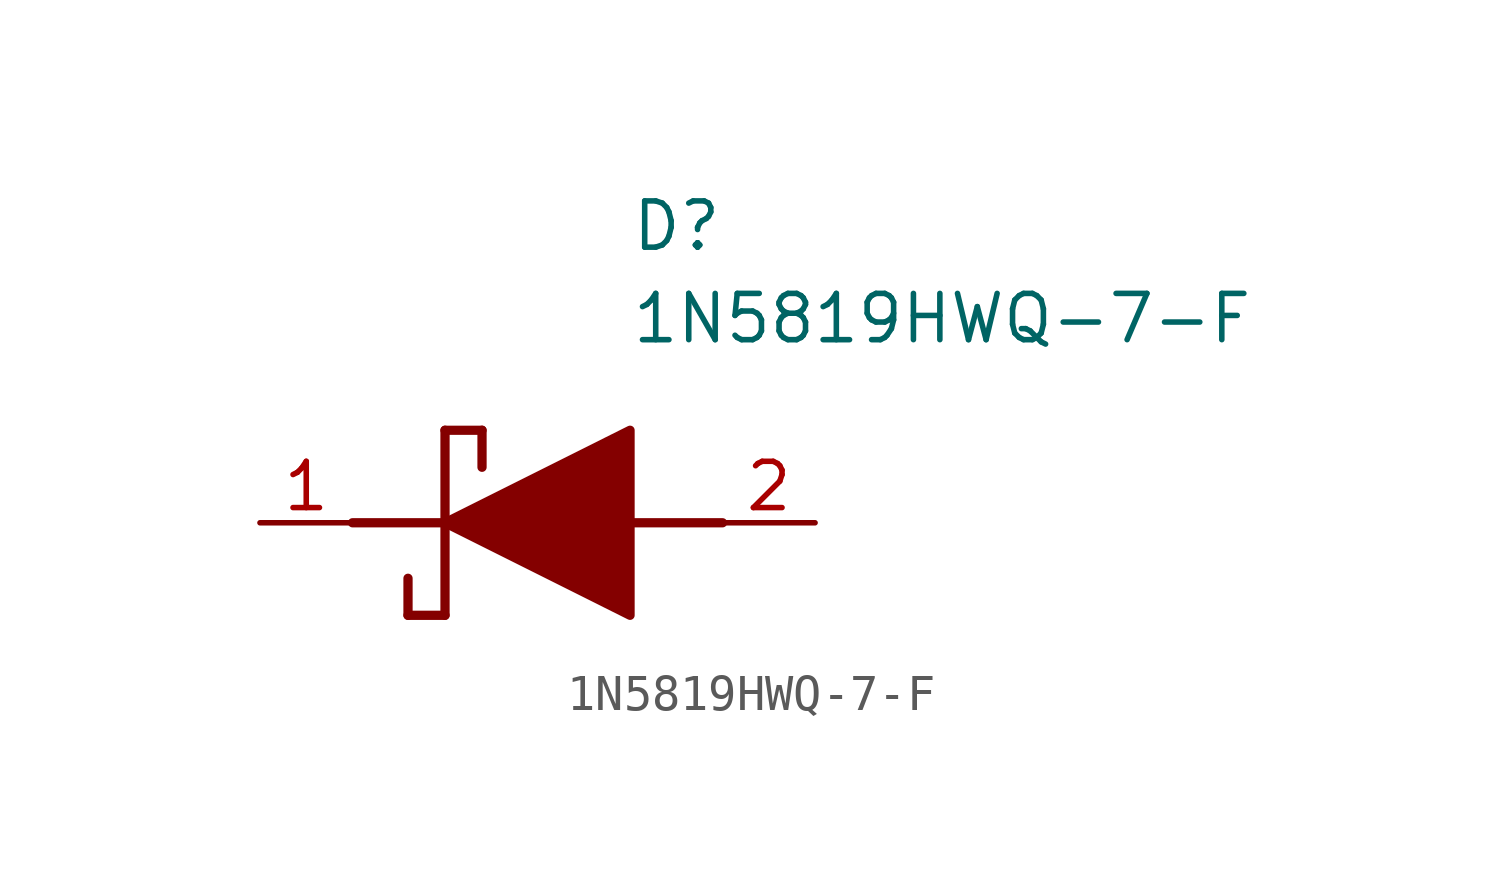
<source format=kicad_sym>
(kicad_symbol_lib
  (version 20211014)
  (generator SamacSys_ECAD_Model)
  (symbol "1N5819HWQ-7-F"
    (pin_names hide)
    (property "Reference" "D"
      (at 12.7 8.89 0)
      (effects (font (size 1.27 1.27)) (justify left top)))
    (property "Value" "1N5819HWQ-7-F"
      (at 12.7 6.35 0)
      (effects (font (size 1.27 1.27)) (justify left top)))
    (polyline
      (pts (xy 7.62 2.54) (xy 7.62 -2.54))
      (stroke (width 0.254) (type default))
      (fill (type none)))
    (polyline
      (pts (xy 7.62 2.54) (xy 8.636 2.54))
      (stroke (width 0.254) (type default))
      (fill (type none)))
    (polyline
      (pts (xy 8.636 1.524) (xy 8.636 2.54))
      (stroke (width 0.254) (type default))
      (fill (type none)))
    (polyline
      (pts (xy 7.62 -2.54) (xy 6.604 -2.54))
      (stroke (width 0.254) (type default))
      (fill (type none)))
    (polyline
      (pts (xy 6.604 -1.524) (xy 6.604 -2.54))
      (stroke (width 0.254) (type default))
      (fill (type none)))
    (polyline
      (pts (xy 5.08 0) (xy 7.62 0))
      (stroke (width 0.254) (type default))
      (fill (type none)))
    (polyline
      (pts (xy 12.7 0) (xy 15.24 0))
      (stroke (width 0.254) (type default))
      (fill (type none)))
    (polyline
      (pts (xy 7.62 0) (xy 12.7 2.54) (xy 12.7 -2.54) (xy 7.62 0))
      (stroke (width 0.254) (type default))
      (fill (type outline)))
    (pin passive line
      (at 2.54 0 0)
      (length 2.54)
      (name "K" (effects (font (size 1.27 1.27))))
      (number "1" (effects (font (size 1.27 1.27)))))
    (pin passive line
      (at 17.78 0 180)
      (length 2.54)
      (name "A" (effects (font (size 1.27 1.27))))
      (number "2" (effects (font (size 1.27 1.27)))))))
</source>
